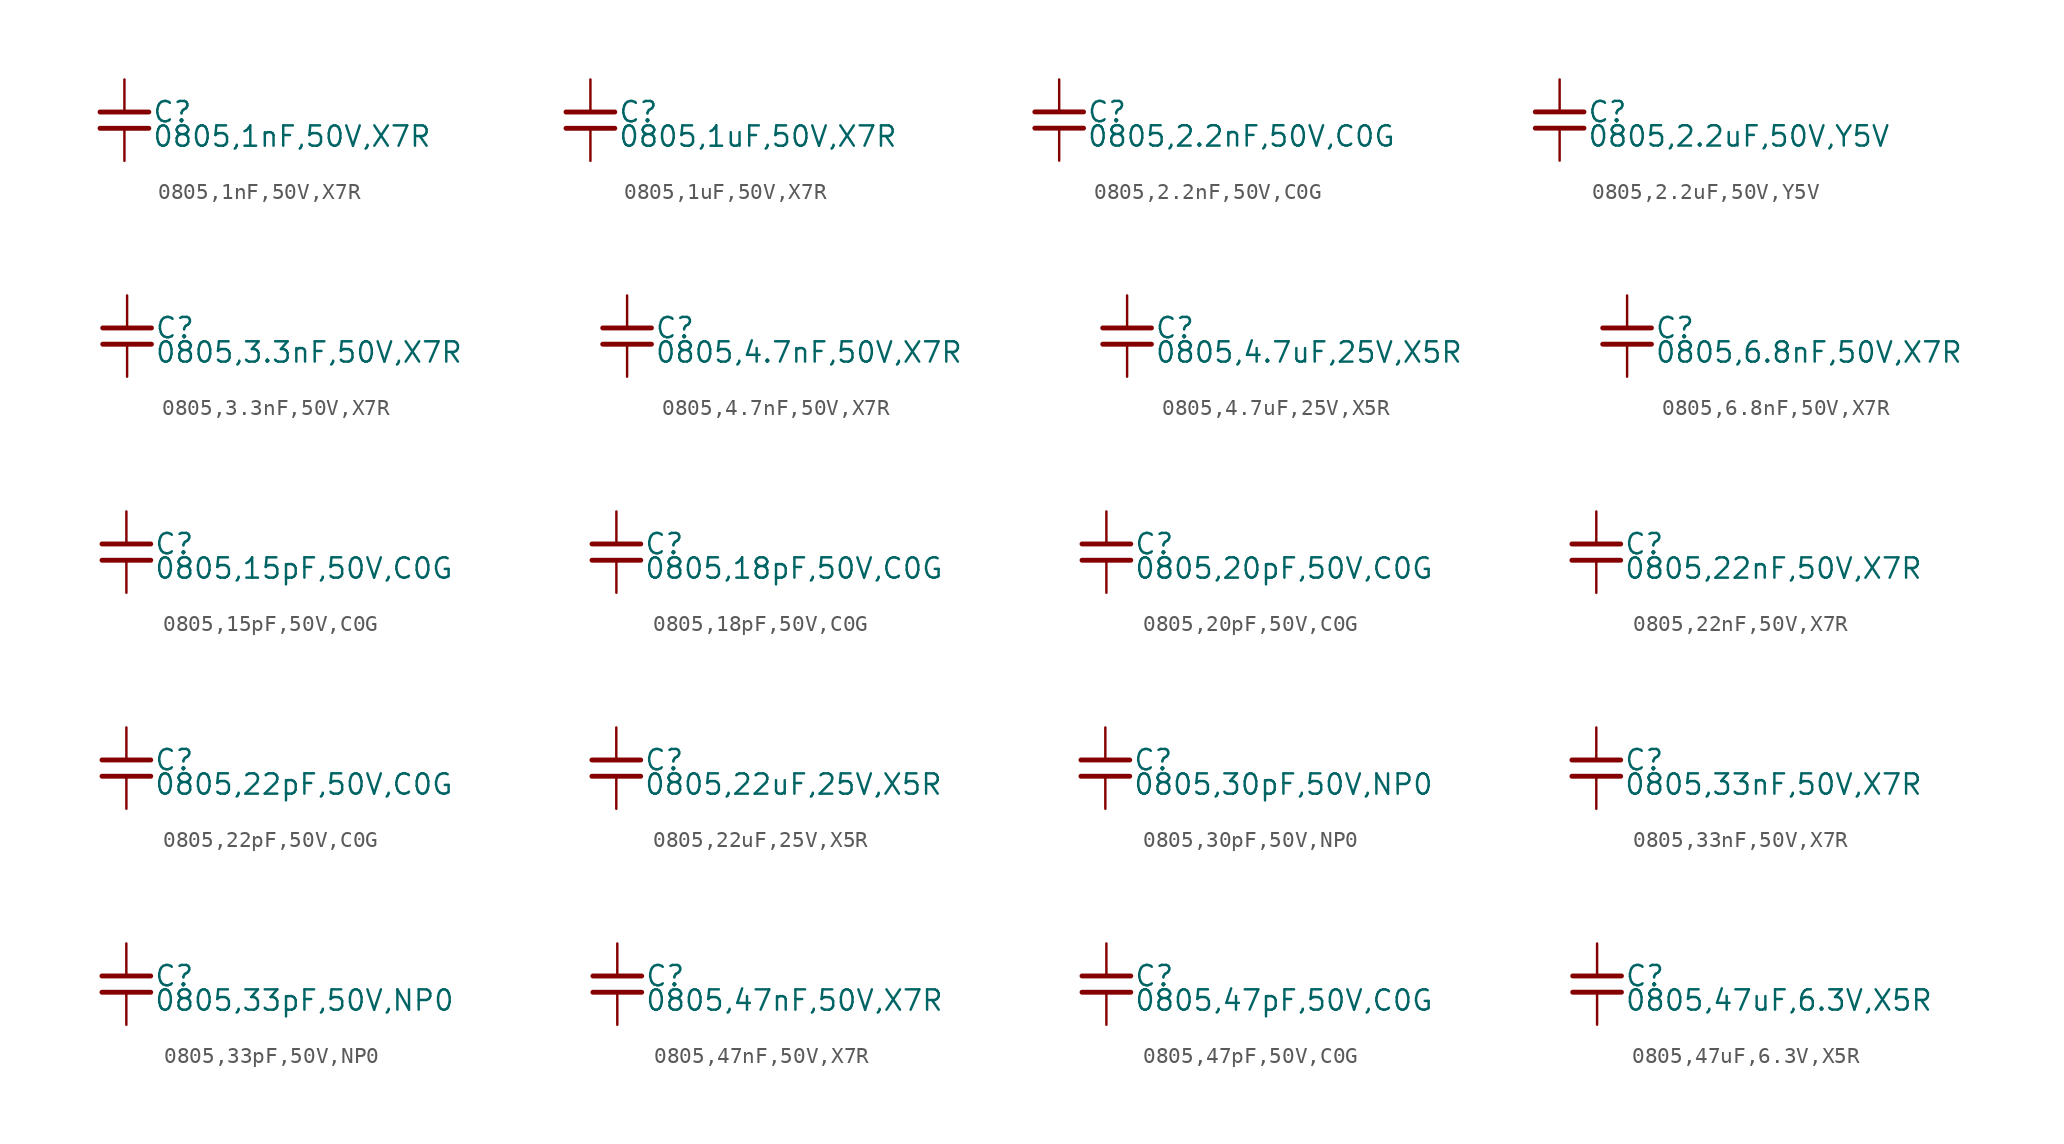
<source format=kicad_sym>
(kicad_symbol_lib
  (version 20220914)
  (generator kicad_symbol_editor)
  (symbol "0805,1nF,50V,X7R "
    (property "Reference" "C"
      (at 1.71 0.508 0)
      (effects (font (size 1.27 1.27)) (justify left)))
    (property "Value" "0805,1nF,50V,X7R "
      (at 1.71 -1.016 0)
      (effects (font (size 1.27 1.27)) (justify left)))
    (property "ki_locked" ""
      (at 0 0 0)
      (effects (font (size 1.27 1.27))))
    (symbol "0805,1nF,50V,X7R _0_0"
      (polyline (pts (xy -1.524 -0.508) (xy 1.524 -0.508)) (stroke (width 0.305) (type default)) (fill (type none)))
      (polyline (pts (xy -1.524 0.508) (xy 1.524 0.508)) (stroke (width 0.305) (type default)) (fill (type none)))
      (pin passive line (at 0 2.54 270) (length 2.032) (name "~" (effects (font (size 0 0)))) (number "1" (effects (font (size 0 0)))))
      (pin passive line (at 0 -2.54 90) (length 2.032) (name "~" (effects (font (size 0 0)))) (number "2" (effects (font (size 0 0)))))))
  (symbol "0805,1uF,50V,X7R "
    (property "Reference" "C"
      (at 1.71 0.508 0)
      (effects (font (size 1.27 1.27)) (justify left)))
    (property "Value" "0805,1uF,50V,X7R "
      (at 1.71 -1.016 0)
      (effects (font (size 1.27 1.27)) (justify left)))
    (property "ki_locked" ""
      (at 0 0 0)
      (effects (font (size 1.27 1.27))))
    (symbol "0805,1uF,50V,X7R _0_0"
      (polyline (pts (xy -1.524 -0.508) (xy 1.524 -0.508)) (stroke (width 0.305) (type default)) (fill (type none)))
      (polyline (pts (xy -1.524 0.508) (xy 1.524 0.508)) (stroke (width 0.305) (type default)) (fill (type none)))
      (pin passive line (at 0 2.54 270) (length 2.032) (name "~" (effects (font (size 0 0)))) (number "1" (effects (font (size 0 0)))))
      (pin passive line (at 0 -2.54 90) (length 2.032) (name "~" (effects (font (size 0 0)))) (number "2" (effects (font (size 0 0)))))))
  (symbol "0805,2.2nF,50V,C0G "
    (property "Reference" "C"
      (at 1.71 0.508 0)
      (effects (font (size 1.27 1.27)) (justify left)))
    (property "Value" "0805,2.2nF,50V,C0G "
      (at 1.71 -1.016 0)
      (effects (font (size 1.27 1.27)) (justify left)))
    (property "ki_locked" ""
      (at 0 0 0)
      (effects (font (size 1.27 1.27))))
    (symbol "0805,2.2nF,50V,C0G _0_0"
      (polyline (pts (xy -1.524 -0.508) (xy 1.524 -0.508)) (stroke (width 0.305) (type default)) (fill (type none)))
      (polyline (pts (xy -1.524 0.508) (xy 1.524 0.508)) (stroke (width 0.305) (type default)) (fill (type none)))
      (pin passive line (at 0 2.54 270) (length 2.032) (name "~" (effects (font (size 0 0)))) (number "1" (effects (font (size 0 0)))))
      (pin passive line (at 0 -2.54 90) (length 2.032) (name "~" (effects (font (size 0 0)))) (number "2" (effects (font (size 0 0)))))))
  (symbol "0805,2.2uF,50V,Y5V "
    (property "Reference" "C"
      (at 1.71 0.508 0)
      (effects (font (size 1.27 1.27)) (justify left)))
    (property "Value" "0805,2.2uF,50V,Y5V "
      (at 1.71 -1.016 0)
      (effects (font (size 1.27 1.27)) (justify left)))
    (property "ki_locked" ""
      (at 0 0 0)
      (effects (font (size 1.27 1.27))))
    (symbol "0805,2.2uF,50V,Y5V _0_0"
      (polyline (pts (xy -1.524 -0.508) (xy 1.524 -0.508)) (stroke (width 0.305) (type default)) (fill (type none)))
      (polyline (pts (xy -1.524 0.508) (xy 1.524 0.508)) (stroke (width 0.305) (type default)) (fill (type none)))
      (pin passive line (at 0 2.54 270) (length 2.032) (name "~" (effects (font (size 0 0)))) (number "1" (effects (font (size 0 0)))))
      (pin passive line (at 0 -2.54 90) (length 2.032) (name "~" (effects (font (size 0 0)))) (number "2" (effects (font (size 0 0)))))))
  (symbol "0805,3.3nF,50V,X7R "
    (property "Reference" "C"
      (at 1.71 0.508 0)
      (effects (font (size 1.27 1.27)) (justify left)))
    (property "Value" "0805,3.3nF,50V,X7R "
      (at 1.71 -1.016 0)
      (effects (font (size 1.27 1.27)) (justify left)))
    (property "ki_locked" ""
      (at 0 0 0)
      (effects (font (size 1.27 1.27))))
    (symbol "0805,3.3nF,50V,X7R _0_0"
      (polyline (pts (xy -1.524 -0.508) (xy 1.524 -0.508)) (stroke (width 0.305) (type default)) (fill (type none)))
      (polyline (pts (xy -1.524 0.508) (xy 1.524 0.508)) (stroke (width 0.305) (type default)) (fill (type none)))
      (pin passive line (at 0 2.54 270) (length 2.032) (name "~" (effects (font (size 0 0)))) (number "1" (effects (font (size 0 0)))))
      (pin passive line (at 0 -2.54 90) (length 2.032) (name "~" (effects (font (size 0 0)))) (number "2" (effects (font (size 0 0)))))))
  (symbol "0805,4.7nF,50V,X7R "
    (property "Reference" "C"
      (at 1.71 0.508 0)
      (effects (font (size 1.27 1.27)) (justify left)))
    (property "Value" "0805,4.7nF,50V,X7R "
      (at 1.71 -1.016 0)
      (effects (font (size 1.27 1.27)) (justify left)))
    (property "ki_locked" ""
      (at 0 0 0)
      (effects (font (size 1.27 1.27))))
    (symbol "0805,4.7nF,50V,X7R _0_0"
      (polyline (pts (xy -1.524 -0.508) (xy 1.524 -0.508)) (stroke (width 0.305) (type default)) (fill (type none)))
      (polyline (pts (xy -1.524 0.508) (xy 1.524 0.508)) (stroke (width 0.305) (type default)) (fill (type none)))
      (pin passive line (at 0 2.54 270) (length 2.032) (name "~" (effects (font (size 0 0)))) (number "1" (effects (font (size 0 0)))))
      (pin passive line (at 0 -2.54 90) (length 2.032) (name "~" (effects (font (size 0 0)))) (number "2" (effects (font (size 0 0)))))))
  (symbol "0805,4.7uF,25V,X5R "
    (property "Reference" "C"
      (at 1.71 0.508 0)
      (effects (font (size 1.27 1.27)) (justify left)))
    (property "Value" "0805,4.7uF,25V,X5R "
      (at 1.71 -1.016 0)
      (effects (font (size 1.27 1.27)) (justify left)))
    (property "ki_locked" ""
      (at 0 0 0)
      (effects (font (size 1.27 1.27))))
    (symbol "0805,4.7uF,25V,X5R _0_0"
      (polyline (pts (xy -1.524 -0.508) (xy 1.524 -0.508)) (stroke (width 0.305) (type default)) (fill (type none)))
      (polyline (pts (xy -1.524 0.508) (xy 1.524 0.508)) (stroke (width 0.305) (type default)) (fill (type none)))
      (pin passive line (at 0 2.54 270) (length 2.032) (name "~" (effects (font (size 0 0)))) (number "1" (effects (font (size 0 0)))))
      (pin passive line (at 0 -2.54 90) (length 2.032) (name "~" (effects (font (size 0 0)))) (number "2" (effects (font (size 0 0)))))))
  (symbol "0805,6.8nF,50V,X7R "
    (property "Reference" "C"
      (at 1.71 0.508 0)
      (effects (font (size 1.27 1.27)) (justify left)))
    (property "Value" "0805,6.8nF,50V,X7R "
      (at 1.71 -1.016 0)
      (effects (font (size 1.27 1.27)) (justify left)))
    (property "ki_locked" ""
      (at 0 0 0)
      (effects (font (size 1.27 1.27))))
    (symbol "0805,6.8nF,50V,X7R _0_0"
      (polyline (pts (xy -1.524 -0.508) (xy 1.524 -0.508)) (stroke (width 0.305) (type default)) (fill (type none)))
      (polyline (pts (xy -1.524 0.508) (xy 1.524 0.508)) (stroke (width 0.305) (type default)) (fill (type none)))
      (pin passive line (at 0 2.54 270) (length 2.032) (name "~" (effects (font (size 0 0)))) (number "1" (effects (font (size 0 0)))))
      (pin passive line (at 0 -2.54 90) (length 2.032) (name "~" (effects (font (size 0 0)))) (number "2" (effects (font (size 0 0)))))))
  (symbol "0805,15pF,50V,C0G "
    (property "Reference" "C"
      (at 1.71 0.508 0)
      (effects (font (size 1.27 1.27)) (justify left)))
    (property "Value" "0805,15pF,50V,C0G "
      (at 1.71 -1.016 0)
      (effects (font (size 1.27 1.27)) (justify left)))
    (property "ki_locked" ""
      (at 0 0 0)
      (effects (font (size 1.27 1.27))))
    (symbol "0805,15pF,50V,C0G _0_0"
      (polyline (pts (xy -1.524 -0.508) (xy 1.524 -0.508)) (stroke (width 0.305) (type default)) (fill (type none)))
      (polyline (pts (xy -1.524 0.508) (xy 1.524 0.508)) (stroke (width 0.305) (type default)) (fill (type none)))
      (pin passive line (at 0 2.54 270) (length 2.032) (name "~" (effects (font (size 0 0)))) (number "1" (effects (font (size 0 0)))))
      (pin passive line (at 0 -2.54 90) (length 2.032) (name "~" (effects (font (size 0 0)))) (number "2" (effects (font (size 0 0)))))))
  (symbol "0805,18pF,50V,C0G "
    (property "Reference" "C"
      (at 1.71 0.508 0)
      (effects (font (size 1.27 1.27)) (justify left)))
    (property "Value" "0805,18pF,50V,C0G "
      (at 1.71 -1.016 0)
      (effects (font (size 1.27 1.27)) (justify left)))
    (property "ki_locked" ""
      (at 0 0 0)
      (effects (font (size 1.27 1.27))))
    (symbol "0805,18pF,50V,C0G _0_0"
      (polyline (pts (xy -1.524 -0.508) (xy 1.524 -0.508)) (stroke (width 0.305) (type default)) (fill (type none)))
      (polyline (pts (xy -1.524 0.508) (xy 1.524 0.508)) (stroke (width 0.305) (type default)) (fill (type none)))
      (pin passive line (at 0 2.54 270) (length 2.032) (name "~" (effects (font (size 0 0)))) (number "1" (effects (font (size 0 0)))))
      (pin passive line (at 0 -2.54 90) (length 2.032) (name "~" (effects (font (size 0 0)))) (number "2" (effects (font (size 0 0)))))))
  (symbol "0805,20pF,50V,C0G "
    (property "Reference" "C"
      (at 1.71 0.508 0)
      (effects (font (size 1.27 1.27)) (justify left)))
    (property "Value" "0805,20pF,50V,C0G "
      (at 1.71 -1.016 0)
      (effects (font (size 1.27 1.27)) (justify left)))
    (property "ki_locked" ""
      (at 0 0 0)
      (effects (font (size 1.27 1.27))))
    (symbol "0805,20pF,50V,C0G _0_0"
      (polyline (pts (xy -1.524 -0.508) (xy 1.524 -0.508)) (stroke (width 0.305) (type default)) (fill (type none)))
      (polyline (pts (xy -1.524 0.508) (xy 1.524 0.508)) (stroke (width 0.305) (type default)) (fill (type none)))
      (pin passive line (at 0 2.54 270) (length 2.032) (name "~" (effects (font (size 0 0)))) (number "1" (effects (font (size 0 0)))))
      (pin passive line (at 0 -2.54 90) (length 2.032) (name "~" (effects (font (size 0 0)))) (number "2" (effects (font (size 0 0)))))))
  (symbol "0805,22nF,50V,X7R "
    (property "Reference" "C"
      (at 1.71 0.508 0)
      (effects (font (size 1.27 1.27)) (justify left)))
    (property "Value" "0805,22nF,50V,X7R "
      (at 1.71 -1.016 0)
      (effects (font (size 1.27 1.27)) (justify left)))
    (property "ki_locked" ""
      (at 0 0 0)
      (effects (font (size 1.27 1.27))))
    (symbol "0805,22nF,50V,X7R _0_0"
      (polyline (pts (xy -1.524 -0.508) (xy 1.524 -0.508)) (stroke (width 0.305) (type default)) (fill (type none)))
      (polyline (pts (xy -1.524 0.508) (xy 1.524 0.508)) (stroke (width 0.305) (type default)) (fill (type none)))
      (pin passive line (at 0 2.54 270) (length 2.032) (name "~" (effects (font (size 0 0)))) (number "1" (effects (font (size 0 0)))))
      (pin passive line (at 0 -2.54 90) (length 2.032) (name "~" (effects (font (size 0 0)))) (number "2" (effects (font (size 0 0)))))))
  (symbol "0805,22pF,50V,C0G "
    (property "Reference" "C"
      (at 1.71 0.508 0)
      (effects (font (size 1.27 1.27)) (justify left)))
    (property "Value" "0805,22pF,50V,C0G "
      (at 1.71 -1.016 0)
      (effects (font (size 1.27 1.27)) (justify left)))
    (property "ki_locked" ""
      (at 0 0 0)
      (effects (font (size 1.27 1.27))))
    (symbol "0805,22pF,50V,C0G _0_0"
      (polyline (pts (xy -1.524 -0.508) (xy 1.524 -0.508)) (stroke (width 0.305) (type default)) (fill (type none)))
      (polyline (pts (xy -1.524 0.508) (xy 1.524 0.508)) (stroke (width 0.305) (type default)) (fill (type none)))
      (pin passive line (at 0 2.54 270) (length 2.032) (name "~" (effects (font (size 0 0)))) (number "1" (effects (font (size 0 0)))))
      (pin passive line (at 0 -2.54 90) (length 2.032) (name "~" (effects (font (size 0 0)))) (number "2" (effects (font (size 0 0)))))))
  (symbol "0805,22uF,25V,X5R "
    (property "Reference" "C"
      (at 1.71 0.508 0)
      (effects (font (size 1.27 1.27)) (justify left)))
    (property "Value" "0805,22uF,25V,X5R "
      (at 1.71 -1.016 0)
      (effects (font (size 1.27 1.27)) (justify left)))
    (property "ki_locked" ""
      (at 0 0 0)
      (effects (font (size 1.27 1.27))))
    (symbol "0805,22uF,25V,X5R _0_0"
      (polyline (pts (xy -1.524 -0.508) (xy 1.524 -0.508)) (stroke (width 0.305) (type default)) (fill (type none)))
      (polyline (pts (xy -1.524 0.508) (xy 1.524 0.508)) (stroke (width 0.305) (type default)) (fill (type none)))
      (pin passive line (at 0 2.54 270) (length 2.032) (name "~" (effects (font (size 0 0)))) (number "1" (effects (font (size 0 0)))))
      (pin passive line (at 0 -2.54 90) (length 2.032) (name "~" (effects (font (size 0 0)))) (number "2" (effects (font (size 0 0)))))))
  (symbol "0805,30pF,50V,NP0 "
    (property "Reference" "C"
      (at 1.71 0.508 0)
      (effects (font (size 1.27 1.27)) (justify left)))
    (property "Value" "0805,30pF,50V,NP0 "
      (at 1.71 -1.016 0)
      (effects (font (size 1.27 1.27)) (justify left)))
    (property "ki_locked" ""
      (at 0 0 0)
      (effects (font (size 1.27 1.27))))
    (symbol "0805,30pF,50V,NP0 _0_0"
      (polyline (pts (xy -1.524 -0.508) (xy 1.524 -0.508)) (stroke (width 0.305) (type default)) (fill (type none)))
      (polyline (pts (xy -1.524 0.508) (xy 1.524 0.508)) (stroke (width 0.305) (type default)) (fill (type none)))
      (pin passive line (at 0 2.54 270) (length 2.032) (name "~" (effects (font (size 0 0)))) (number "1" (effects (font (size 0 0)))))
      (pin passive line (at 0 -2.54 90) (length 2.032) (name "~" (effects (font (size 0 0)))) (number "2" (effects (font (size 0 0)))))))
  (symbol "0805,33nF,50V,X7R "
    (property "Reference" "C"
      (at 1.71 0.508 0)
      (effects (font (size 1.27 1.27)) (justify left)))
    (property "Value" "0805,33nF,50V,X7R "
      (at 1.71 -1.016 0)
      (effects (font (size 1.27 1.27)) (justify left)))
    (property "ki_locked" ""
      (at 0 0 0)
      (effects (font (size 1.27 1.27))))
    (symbol "0805,33nF,50V,X7R _0_0"
      (polyline (pts (xy -1.524 -0.508) (xy 1.524 -0.508)) (stroke (width 0.305) (type default)) (fill (type none)))
      (polyline (pts (xy -1.524 0.508) (xy 1.524 0.508)) (stroke (width 0.305) (type default)) (fill (type none)))
      (pin passive line (at 0 2.54 270) (length 2.032) (name "~" (effects (font (size 0 0)))) (number "1" (effects (font (size 0 0)))))
      (pin passive line (at 0 -2.54 90) (length 2.032) (name "~" (effects (font (size 0 0)))) (number "2" (effects (font (size 0 0)))))))
  (symbol "0805,33pF,50V,NP0 "
    (property "Reference" "C"
      (at 1.71 0.508 0)
      (effects (font (size 1.27 1.27)) (justify left)))
    (property "Value" "0805,33pF,50V,NP0 "
      (at 1.71 -1.016 0)
      (effects (font (size 1.27 1.27)) (justify left)))
    (property "ki_locked" ""
      (at 0 0 0)
      (effects (font (size 1.27 1.27))))
    (symbol "0805,33pF,50V,NP0 _0_0"
      (polyline (pts (xy -1.524 -0.508) (xy 1.524 -0.508)) (stroke (width 0.305) (type default)) (fill (type none)))
      (polyline (pts (xy -1.524 0.508) (xy 1.524 0.508)) (stroke (width 0.305) (type default)) (fill (type none)))
      (pin passive line (at 0 2.54 270) (length 2.032) (name "~" (effects (font (size 0 0)))) (number "1" (effects (font (size 0 0)))))
      (pin passive line (at 0 -2.54 90) (length 2.032) (name "~" (effects (font (size 0 0)))) (number "2" (effects (font (size 0 0)))))))
  (symbol "0805,47nF,50V,X7R "
    (property "Reference" "C"
      (at 1.71 0.508 0)
      (effects (font (size 1.27 1.27)) (justify left)))
    (property "Value" "0805,47nF,50V,X7R "
      (at 1.71 -1.016 0)
      (effects (font (size 1.27 1.27)) (justify left)))
    (property "ki_locked" ""
      (at 0 0 0)
      (effects (font (size 1.27 1.27))))
    (symbol "0805,47nF,50V,X7R _0_0"
      (polyline (pts (xy -1.524 -0.508) (xy 1.524 -0.508)) (stroke (width 0.305) (type default)) (fill (type none)))
      (polyline (pts (xy -1.524 0.508) (xy 1.524 0.508)) (stroke (width 0.305) (type default)) (fill (type none)))
      (pin passive line (at 0 2.54 270) (length 2.032) (name "~" (effects (font (size 0 0)))) (number "1" (effects (font (size 0 0)))))
      (pin passive line (at 0 -2.54 90) (length 2.032) (name "~" (effects (font (size 0 0)))) (number "2" (effects (font (size 0 0)))))))
  (symbol "0805,47pF,50V,C0G "
    (property "Reference" "C"
      (at 1.71 0.508 0)
      (effects (font (size 1.27 1.27)) (justify left)))
    (property "Value" "0805,47pF,50V,C0G "
      (at 1.71 -1.016 0)
      (effects (font (size 1.27 1.27)) (justify left)))
    (property "ki_locked" ""
      (at 0 0 0)
      (effects (font (size 1.27 1.27))))
    (symbol "0805,47pF,50V,C0G _0_0"
      (polyline (pts (xy -1.524 -0.508) (xy 1.524 -0.508)) (stroke (width 0.305) (type default)) (fill (type none)))
      (polyline (pts (xy -1.524 0.508) (xy 1.524 0.508)) (stroke (width 0.305) (type default)) (fill (type none)))
      (pin passive line (at 0 2.54 270) (length 2.032) (name "~" (effects (font (size 0 0)))) (number "1" (effects (font (size 0 0)))))
      (pin passive line (at 0 -2.54 90) (length 2.032) (name "~" (effects (font (size 0 0)))) (number "2" (effects (font (size 0 0)))))))
  (symbol "0805,47uF,6.3V,X5R "
    (property "Reference" "C"
      (at 1.71 0.508 0)
      (effects (font (size 1.27 1.27)) (justify left)))
    (property "Value" "0805,47uF,6.3V,X5R "
      (at 1.71 -1.016 0)
      (effects (font (size 1.27 1.27)) (justify left)))
    (property "ki_locked" ""
      (at 0 0 0)
      (effects (font (size 1.27 1.27))))
    (symbol "0805,47uF,6.3V,X5R _0_0"
      (polyline (pts (xy -1.524 -0.508) (xy 1.524 -0.508)) (stroke (width 0.305) (type default)) (fill (type none)))
      (polyline (pts (xy -1.524 0.508) (xy 1.524 0.508)) (stroke (width 0.305) (type default)) (fill (type none)))
      (pin passive line (at 0 2.54 270) (length 2.032) (name "~" (effects (font (size 0 0)))) (number "1" (effects (font (size 0 0)))))
      (pin passive line (at 0 -2.54 90) (length 2.032) (name "~" (effects (font (size 0 0)))) (number "2" (effects (font (size 0 0))))))))
</source>
